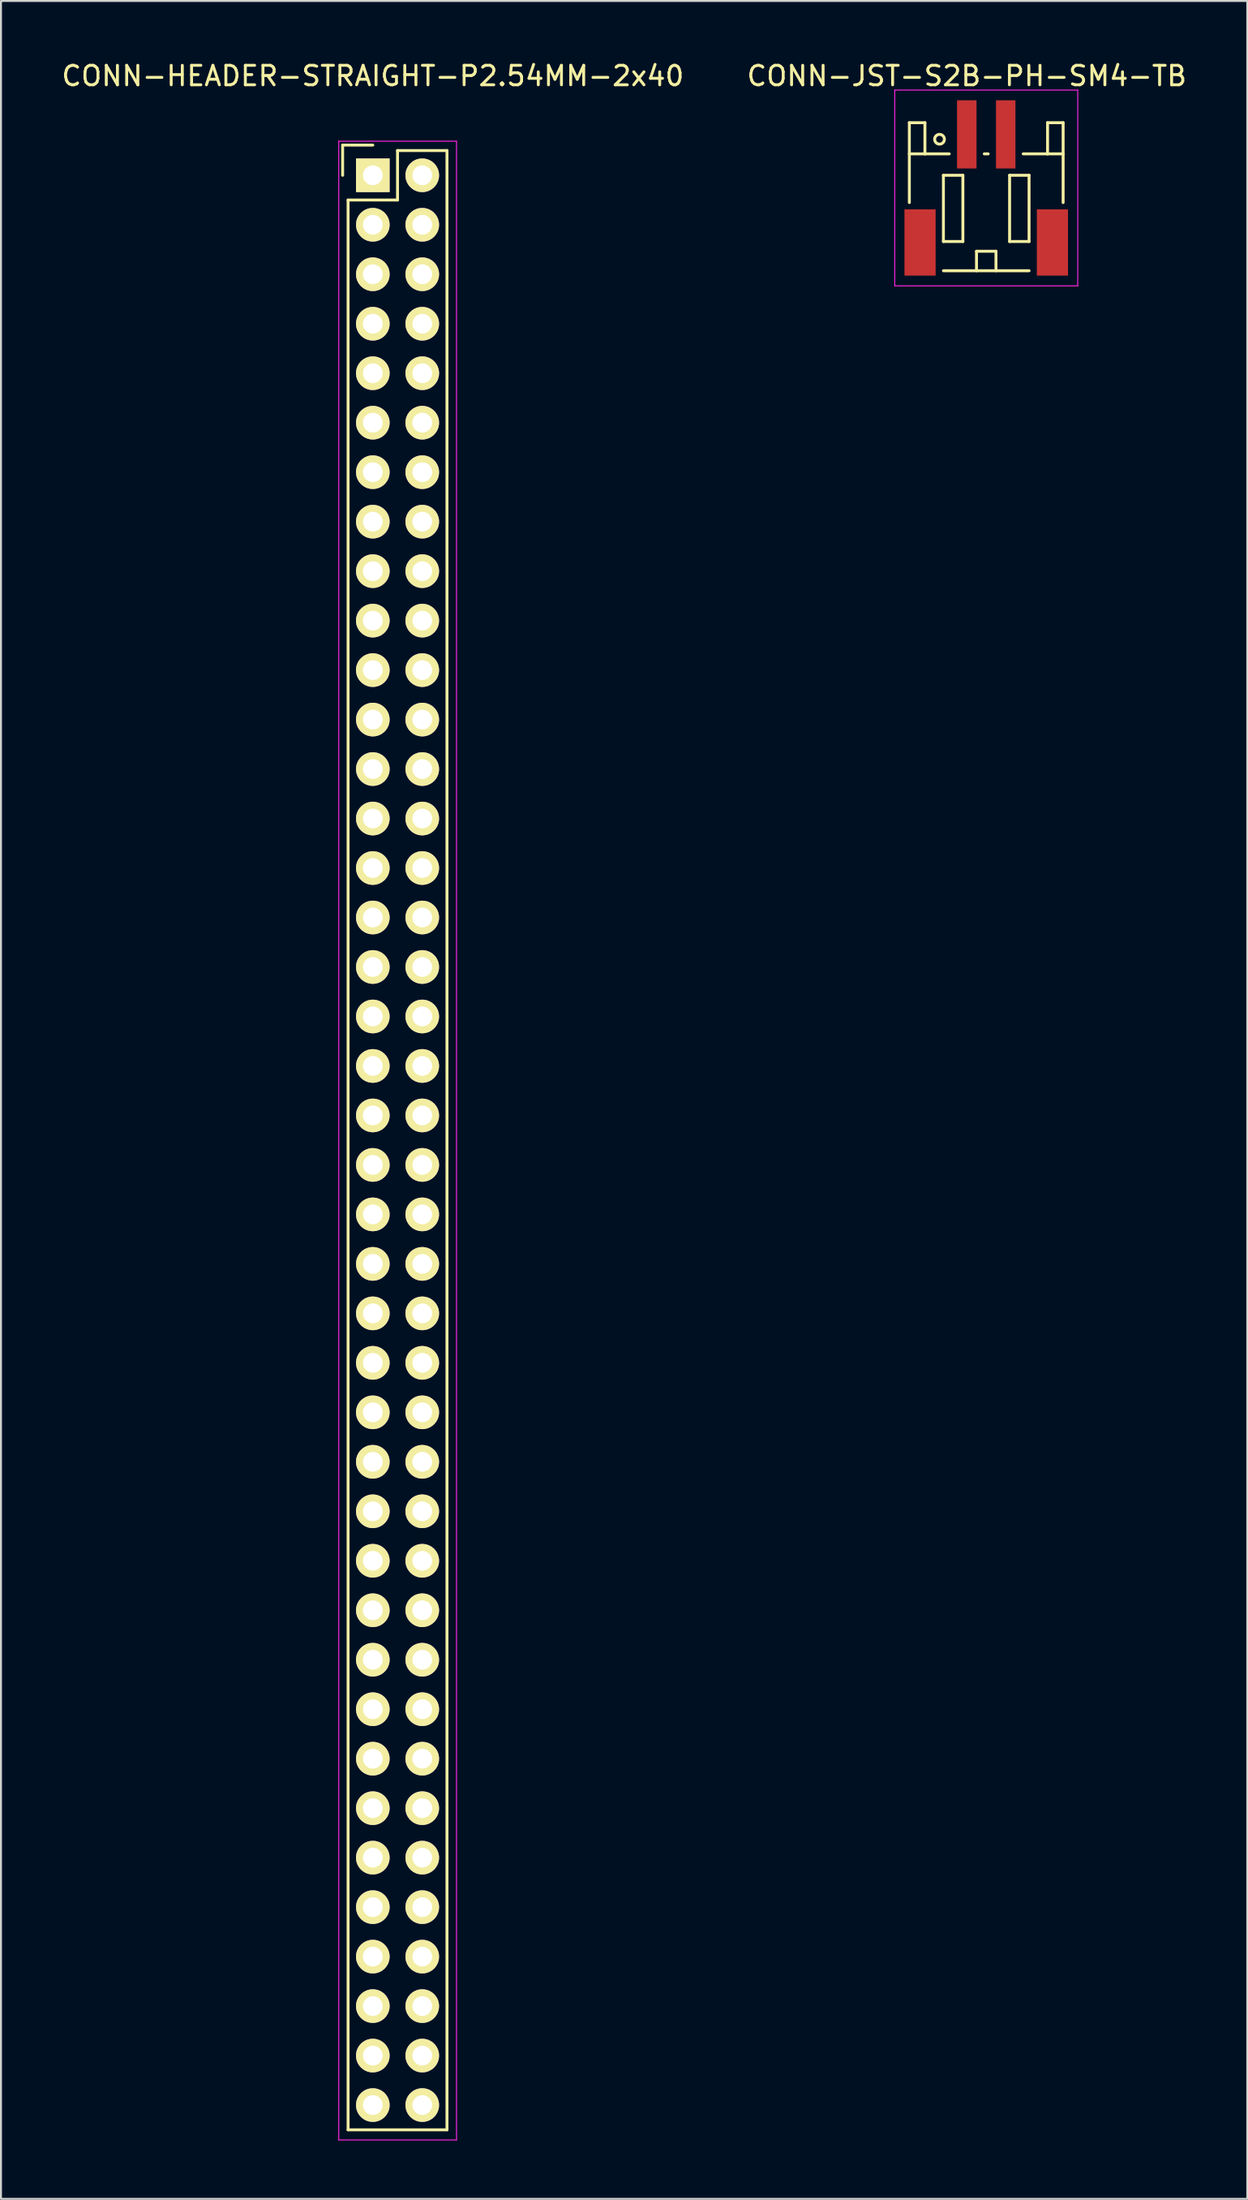
<source format=kicad_pcb>
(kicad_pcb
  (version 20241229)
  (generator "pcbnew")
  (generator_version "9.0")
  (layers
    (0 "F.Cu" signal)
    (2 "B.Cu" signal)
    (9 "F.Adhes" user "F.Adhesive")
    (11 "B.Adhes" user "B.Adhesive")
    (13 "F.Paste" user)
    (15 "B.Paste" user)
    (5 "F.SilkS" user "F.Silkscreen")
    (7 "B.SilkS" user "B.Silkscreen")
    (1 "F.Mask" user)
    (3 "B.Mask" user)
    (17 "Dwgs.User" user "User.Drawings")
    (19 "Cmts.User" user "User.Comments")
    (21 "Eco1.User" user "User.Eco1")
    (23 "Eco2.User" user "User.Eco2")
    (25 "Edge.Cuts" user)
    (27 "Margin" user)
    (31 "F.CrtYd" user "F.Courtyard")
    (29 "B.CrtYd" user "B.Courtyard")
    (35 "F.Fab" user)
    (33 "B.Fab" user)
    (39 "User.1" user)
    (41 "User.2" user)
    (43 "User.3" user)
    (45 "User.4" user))
  (footprint "CONN-JST-S2B-PH-SM4-TB"
    (layer "F.Cu")
    (at 47.613 6.623)
    (property "Reference" "CONN-JST-S2B-PH-SM4-TB" (at -1 -5.775 0) (layer "F.SilkS") (effects (font (size 1 1) (thickness 0.15))))
    (attr smd)
    (fp_line (start -3.95 -3.375) (end -3.95 0.725) (stroke (width 0.15) (type solid)) (layer "F.SilkS"))
    (fp_line (start -3.15 -3.375) (end -3.95 -3.375) (stroke (width 0.15) (type solid)) (layer "F.SilkS"))
    (fp_line (start -3.15 -1.775) (end -3.95 -1.775) (stroke (width 0.15) (type solid)) (layer "F.SilkS"))
    (fp_line (start -3.15 -1.775) (end -3.15 -3.375) (stroke (width 0.15) (type solid)) (layer "F.SilkS"))
    (fp_line (start -2.2 -0.675) (end -2.2 2.725) (stroke (width 0.15) (type solid)) (layer "F.SilkS"))
    (fp_line (start -2.2 2.725) (end -1.2 2.725) (stroke (width 0.15) (type solid)) (layer "F.SilkS"))
    (fp_line (start -2.2 4.225) (end 2.2 4.225) (stroke (width 0.15) (type solid)) (layer "F.SilkS"))
    (fp_line (start -1.9 -1.775) (end -3.15 -1.775) (stroke (width 0.15) (type solid)) (layer "F.SilkS"))
    (fp_line (start -1.2 -0.675) (end -2.2 -0.675) (stroke (width 0.15) (type solid)) (layer "F.SilkS"))
    (fp_line (start -1.2 2.725) (end -1.2 -0.675) (stroke (width 0.15) (type solid)) (layer "F.SilkS"))
    (fp_line (start -0.5 3.225) (end 0.5 3.225) (stroke (width 0.15) (type solid)) (layer "F.SilkS"))
    (fp_line (start -0.5 4.225) (end -0.5 3.225) (stroke (width 0.15) (type solid)) (layer "F.SilkS"))
    (fp_line (start -0.1 -1.775) (end 0.1 -1.775) (stroke (width 0.15) (type solid)) (layer "F.SilkS"))
    (fp_line (start 0.5 3.225) (end 0.5 4.225) (stroke (width 0.15) (type solid)) (layer "F.SilkS"))
    (fp_line (start 1.2 -0.675) (end 2.2 -0.675) (stroke (width 0.15) (type solid)) (layer "F.SilkS"))
    (fp_line (start 1.2 2.725) (end 1.2 -0.675) (stroke (width 0.15) (type solid)) (layer "F.SilkS"))
    (fp_line (start 1.9 -1.775) (end 3.15 -1.775) (stroke (width 0.15) (type solid)) (layer "F.SilkS"))
    (fp_line (start 2.2 -0.675) (end 2.2 2.725) (stroke (width 0.15) (type solid)) (layer "F.SilkS"))
    (fp_line (start 2.2 2.725) (end 1.2 2.725) (stroke (width 0.15) (type solid)) (layer "F.SilkS"))
    (fp_line (start 3.15 -3.375) (end 3.95 -3.375) (stroke (width 0.15) (type solid)) (layer "F.SilkS"))
    (fp_line (start 3.15 -1.775) (end 3.15 -3.375) (stroke (width 0.15) (type solid)) (layer "F.SilkS"))
    (fp_line (start 3.15 -1.775) (end 3.95 -1.775) (stroke (width 0.15) (type solid)) (layer "F.SilkS"))
    (fp_line (start 3.95 -3.375) (end 3.95 0.725) (stroke (width 0.15) (type solid)) (layer "F.SilkS"))
    (fp_circle (center -2.4 -2.525) (end -2.15 -2.525) (stroke (width 0.15) (type solid)) (fill no) (layer "F.SilkS"))
    (fp_line (start -4.7 -5.05) (end 4.7 -5.05) (stroke (width 0.05) (type solid)) (layer "F.CrtYd"))
    (fp_line (start -4.7 5) (end -4.7 -5.05) (stroke (width 0.05) (type solid)) (layer "F.CrtYd"))
    (fp_line (start 4.7 -5.05) (end 4.7 5) (stroke (width 0.05) (type solid)) (layer "F.CrtYd"))
    (fp_line (start 4.7 5) (end -4.7 5) (stroke (width 0.05) (type solid)) (layer "F.CrtYd"))
    (pad "" smd rect (at -3.4 2.775) (size 1.6 3.4) (layers "F.Cu" "F.Mask" "F.Paste"))
    (pad "" smd rect (at 3.4 2.775) (size 1.6 3.4) (layers "F.Cu" "F.Mask" "F.Paste"))
    (pad "1" smd rect (at -1 -2.775) (size 1 3.5) (layers "F.Cu" "F.Mask" "F.Paste"))
    (pad "2" smd rect (at 1 -2.775) (size 1 3.5) (layers "F.Cu" "F.Mask" "F.Paste")))
  (footprint "CONN-HEADER-STRAIGHT-P2.54MM-2x40"
    (layer "F.Cu")
    (at 16.101 5.948)
    (property "Reference" "CONN-HEADER-STRAIGHT-P2.54MM-2x40" (at 0 -5.1 0) (layer "F.SilkS") (effects (font (size 1 1) (thickness 0.15))))
    (attr through_hole)
    (fp_line (start -1.55 -1.55) (end -1.55 0) (stroke (width 0.15) (type solid)) (layer "F.SilkS"))
    (fp_line (start -1.27 100.33) (end -1.27 1.27) (stroke (width 0.15) (type solid)) (layer "F.SilkS"))
    (fp_line (start 0 -1.55) (end -1.55 -1.55) (stroke (width 0.15) (type solid)) (layer "F.SilkS"))
    (fp_line (start 1.27 -1.27) (end 1.27 1.27) (stroke (width 0.15) (type solid)) (layer "F.SilkS"))
    (fp_line (start 1.27 1.27) (end -1.27 1.27) (stroke (width 0.15) (type solid)) (layer "F.SilkS"))
    (fp_line (start 3.81 -1.27) (end 1.27 -1.27) (stroke (width 0.15) (type solid)) (layer "F.SilkS"))
    (fp_line (start 3.81 -1.27) (end 3.81 100.33) (stroke (width 0.15) (type solid)) (layer "F.SilkS"))
    (fp_line (start 3.81 100.33) (end -1.27 100.33) (stroke (width 0.15) (type solid)) (layer "F.SilkS"))
    (fp_line (start -1.75 -1.75) (end -1.75 100.85) (stroke (width 0.05) (type solid)) (layer "F.CrtYd"))
    (fp_line (start -1.75 -1.75) (end 4.3 -1.75) (stroke (width 0.05) (type solid)) (layer "F.CrtYd"))
    (fp_line (start -1.75 100.85) (end 4.3 100.85) (stroke (width 0.05) (type solid)) (layer "F.CrtYd"))
    (fp_line (start 4.3 -1.75) (end 4.3 100.85) (stroke (width 0.05) (type solid)) (layer "F.CrtYd"))
    (pad "1" thru_hole rect (at 0 0) (size 1.727 1.727) (drill 1.016) (layers "*.Cu" "*.Mask" "F.SilkS"))
    (pad "2" thru_hole oval (at 2.54 0) (size 1.727 1.727) (drill 1.016) (layers "*.Cu" "*.Mask" "F.SilkS"))
    (pad "3" thru_hole oval (at 0 2.54) (size 1.727 1.727) (drill 1.016) (layers "*.Cu" "*.Mask" "F.SilkS"))
    (pad "4" thru_hole oval (at 2.54 2.54) (size 1.727 1.727) (drill 1.016) (layers "*.Cu" "*.Mask" "F.SilkS"))
    (pad "5" thru_hole oval (at 0 5.08) (size 1.727 1.727) (drill 1.016) (layers "*.Cu" "*.Mask" "F.SilkS"))
    (pad "6" thru_hole oval (at 2.54 5.08) (size 1.727 1.727) (drill 1.016) (layers "*.Cu" "*.Mask" "F.SilkS"))
    (pad "7" thru_hole oval (at 0 7.62) (size 1.727 1.727) (drill 1.016) (layers "*.Cu" "*.Mask" "F.SilkS"))
    (pad "8" thru_hole oval (at 2.54 7.62) (size 1.727 1.727) (drill 1.016) (layers "*.Cu" "*.Mask" "F.SilkS"))
    (pad "9" thru_hole oval (at 0 10.16) (size 1.727 1.727) (drill 1.016) (layers "*.Cu" "*.Mask" "F.SilkS"))
    (pad "10" thru_hole oval (at 2.54 10.16) (size 1.727 1.727) (drill 1.016) (layers "*.Cu" "*.Mask" "F.SilkS"))
    (pad "11" thru_hole oval (at 0 12.7) (size 1.727 1.727) (drill 1.016) (layers "*.Cu" "*.Mask" "F.SilkS"))
    (pad "12" thru_hole oval (at 2.54 12.7) (size 1.727 1.727) (drill 1.016) (layers "*.Cu" "*.Mask" "F.SilkS"))
    (pad "13" thru_hole oval (at 0 15.24) (size 1.727 1.727) (drill 1.016) (layers "*.Cu" "*.Mask" "F.SilkS"))
    (pad "14" thru_hole oval (at 2.54 15.24) (size 1.727 1.727) (drill 1.016) (layers "*.Cu" "*.Mask" "F.SilkS"))
    (pad "15" thru_hole oval (at 0 17.78) (size 1.727 1.727) (drill 1.016) (layers "*.Cu" "*.Mask" "F.SilkS"))
    (pad "16" thru_hole oval (at 2.54 17.78) (size 1.727 1.727) (drill 1.016) (layers "*.Cu" "*.Mask" "F.SilkS"))
    (pad "17" thru_hole oval (at 0 20.32) (size 1.727 1.727) (drill 1.016) (layers "*.Cu" "*.Mask" "F.SilkS"))
    (pad "18" thru_hole oval (at 2.54 20.32) (size 1.727 1.727) (drill 1.016) (layers "*.Cu" "*.Mask" "F.SilkS"))
    (pad "19" thru_hole oval (at 0 22.86) (size 1.727 1.727) (drill 1.016) (layers "*.Cu" "*.Mask" "F.SilkS"))
    (pad "20" thru_hole oval (at 2.54 22.86) (size 1.727 1.727) (drill 1.016) (layers "*.Cu" "*.Mask" "F.SilkS"))
    (pad "21" thru_hole oval (at 0 25.4) (size 1.727 1.727) (drill 1.016) (layers "*.Cu" "*.Mask" "F.SilkS"))
    (pad "22" thru_hole oval (at 2.54 25.4) (size 1.727 1.727) (drill 1.016) (layers "*.Cu" "*.Mask" "F.SilkS"))
    (pad "23" thru_hole oval (at 0 27.94) (size 1.727 1.727) (drill 1.016) (layers "*.Cu" "*.Mask" "F.SilkS"))
    (pad "24" thru_hole oval (at 2.54 27.94) (size 1.727 1.727) (drill 1.016) (layers "*.Cu" "*.Mask" "F.SilkS"))
    (pad "25" thru_hole oval (at 0 30.48) (size 1.727 1.727) (drill 1.016) (layers "*.Cu" "*.Mask" "F.SilkS"))
    (pad "26" thru_hole oval (at 2.54 30.48) (size 1.727 1.727) (drill 1.016) (layers "*.Cu" "*.Mask" "F.SilkS"))
    (pad "27" thru_hole oval (at 0 33.02) (size 1.727 1.727) (drill 1.016) (layers "*.Cu" "*.Mask" "F.SilkS"))
    (pad "28" thru_hole oval (at 2.54 33.02) (size 1.727 1.727) (drill 1.016) (layers "*.Cu" "*.Mask" "F.SilkS"))
    (pad "29" thru_hole oval (at 0 35.56) (size 1.727 1.727) (drill 1.016) (layers "*.Cu" "*.Mask" "F.SilkS"))
    (pad "30" thru_hole oval (at 2.54 35.56) (size 1.727 1.727) (drill 1.016) (layers "*.Cu" "*.Mask" "F.SilkS"))
    (pad "31" thru_hole oval (at 0 38.1) (size 1.727 1.727) (drill 1.016) (layers "*.Cu" "*.Mask" "F.SilkS"))
    (pad "32" thru_hole oval (at 2.54 38.1) (size 1.727 1.727) (drill 1.016) (layers "*.Cu" "*.Mask" "F.SilkS"))
    (pad "33" thru_hole oval (at 0 40.64) (size 1.727 1.727) (drill 1.016) (layers "*.Cu" "*.Mask" "F.SilkS"))
    (pad "34" thru_hole oval (at 2.54 40.64) (size 1.727 1.727) (drill 1.016) (layers "*.Cu" "*.Mask" "F.SilkS"))
    (pad "35" thru_hole oval (at 0 43.18) (size 1.727 1.727) (drill 1.016) (layers "*.Cu" "*.Mask" "F.SilkS"))
    (pad "36" thru_hole oval (at 2.54 43.18) (size 1.727 1.727) (drill 1.016) (layers "*.Cu" "*.Mask" "F.SilkS"))
    (pad "37" thru_hole oval (at 0 45.72) (size 1.727 1.727) (drill 1.016) (layers "*.Cu" "*.Mask" "F.SilkS"))
    (pad "38" thru_hole oval (at 2.54 45.72) (size 1.727 1.727) (drill 1.016) (layers "*.Cu" "*.Mask" "F.SilkS"))
    (pad "39" thru_hole oval (at 0 48.26) (size 1.727 1.727) (drill 1.016) (layers "*.Cu" "*.Mask" "F.SilkS"))
    (pad "40" thru_hole oval (at 2.54 48.26) (size 1.727 1.727) (drill 1.016) (layers "*.Cu" "*.Mask" "F.SilkS"))
    (pad "41" thru_hole oval (at 0 50.8) (size 1.727 1.727) (drill 1.016) (layers "*.Cu" "*.Mask" "F.SilkS"))
    (pad "42" thru_hole oval (at 2.54 50.8) (size 1.727 1.727) (drill 1.016) (layers "*.Cu" "*.Mask" "F.SilkS"))
    (pad "43" thru_hole oval (at 0 53.34) (size 1.727 1.727) (drill 1.016) (layers "*.Cu" "*.Mask" "F.SilkS"))
    (pad "44" thru_hole oval (at 2.54 53.34) (size 1.727 1.727) (drill 1.016) (layers "*.Cu" "*.Mask" "F.SilkS"))
    (pad "45" thru_hole oval (at 0 55.88) (size 1.727 1.727) (drill 1.016) (layers "*.Cu" "*.Mask" "F.SilkS"))
    (pad "46" thru_hole oval (at 2.54 55.88) (size 1.727 1.727) (drill 1.016) (layers "*.Cu" "*.Mask" "F.SilkS"))
    (pad "47" thru_hole oval (at 0 58.42) (size 1.727 1.727) (drill 1.016) (layers "*.Cu" "*.Mask" "F.SilkS"))
    (pad "48" thru_hole oval (at 2.54 58.42) (size 1.727 1.727) (drill 1.016) (layers "*.Cu" "*.Mask" "F.SilkS"))
    (pad "49" thru_hole oval (at 0 60.96) (size 1.727 1.727) (drill 1.016) (layers "*.Cu" "*.Mask" "F.SilkS"))
    (pad "50" thru_hole oval (at 2.54 60.96) (size 1.727 1.727) (drill 1.016) (layers "*.Cu" "*.Mask" "F.SilkS"))
    (pad "51" thru_hole oval (at 0 63.5) (size 1.727 1.727) (drill 1.016) (layers "*.Cu" "*.Mask" "F.SilkS"))
    (pad "52" thru_hole oval (at 2.54 63.5) (size 1.727 1.727) (drill 1.016) (layers "*.Cu" "*.Mask" "F.SilkS"))
    (pad "53" thru_hole oval (at 0 66.04) (size 1.727 1.727) (drill 1.016) (layers "*.Cu" "*.Mask" "F.SilkS"))
    (pad "54" thru_hole oval (at 2.54 66.04) (size 1.727 1.727) (drill 1.016) (layers "*.Cu" "*.Mask" "F.SilkS"))
    (pad "55" thru_hole oval (at 0 68.58) (size 1.727 1.727) (drill 1.016) (layers "*.Cu" "*.Mask" "F.SilkS"))
    (pad "56" thru_hole oval (at 2.54 68.58) (size 1.727 1.727) (drill 1.016) (layers "*.Cu" "*.Mask" "F.SilkS"))
    (pad "57" thru_hole oval (at 0 71.12) (size 1.727 1.727) (drill 1.016) (layers "*.Cu" "*.Mask" "F.SilkS"))
    (pad "58" thru_hole oval (at 2.54 71.12) (size 1.727 1.727) (drill 1.016) (layers "*.Cu" "*.Mask" "F.SilkS"))
    (pad "59" thru_hole oval (at 0 73.66) (size 1.727 1.727) (drill 1.016) (layers "*.Cu" "*.Mask" "F.SilkS"))
    (pad "60" thru_hole oval (at 2.54 73.66) (size 1.727 1.727) (drill 1.016) (layers "*.Cu" "*.Mask" "F.SilkS"))
    (pad "61" thru_hole oval (at 0 76.2) (size 1.727 1.727) (drill 1.016) (layers "*.Cu" "*.Mask" "F.SilkS"))
    (pad "62" thru_hole oval (at 2.54 76.2) (size 1.727 1.727) (drill 1.016) (layers "*.Cu" "*.Mask" "F.SilkS"))
    (pad "63" thru_hole oval (at 0 78.74) (size 1.727 1.727) (drill 1.016) (layers "*.Cu" "*.Mask" "F.SilkS"))
    (pad "64" thru_hole oval (at 2.54 78.74) (size 1.727 1.727) (drill 1.016) (layers "*.Cu" "*.Mask" "F.SilkS"))
    (pad "65" thru_hole oval (at 0 81.28) (size 1.727 1.727) (drill 1.016) (layers "*.Cu" "*.Mask" "F.SilkS"))
    (pad "66" thru_hole oval (at 2.54 81.28) (size 1.727 1.727) (drill 1.016) (layers "*.Cu" "*.Mask" "F.SilkS"))
    (pad "67" thru_hole oval (at 0 83.82) (size 1.727 1.727) (drill 1.016) (layers "*.Cu" "*.Mask" "F.SilkS"))
    (pad "68" thru_hole oval (at 2.54 83.82) (size 1.727 1.727) (drill 1.016) (layers "*.Cu" "*.Mask" "F.SilkS"))
    (pad "69" thru_hole oval (at 0 86.36) (size 1.727 1.727) (drill 1.016) (layers "*.Cu" "*.Mask" "F.SilkS"))
    (pad "70" thru_hole oval (at 2.54 86.36) (size 1.727 1.727) (drill 1.016) (layers "*.Cu" "*.Mask" "F.SilkS"))
    (pad "71" thru_hole oval (at 0 88.9) (size 1.727 1.727) (drill 1.016) (layers "*.Cu" "*.Mask" "F.SilkS"))
    (pad "72" thru_hole oval (at 2.54 88.9) (size 1.727 1.727) (drill 1.016) (layers "*.Cu" "*.Mask" "F.SilkS"))
    (pad "73" thru_hole oval (at 0 91.44) (size 1.727 1.727) (drill 1.016) (layers "*.Cu" "*.Mask" "F.SilkS"))
    (pad "74" thru_hole oval (at 2.54 91.44) (size 1.727 1.727) (drill 1.016) (layers "*.Cu" "*.Mask" "F.SilkS"))
    (pad "75" thru_hole oval (at 0 93.98) (size 1.727 1.727) (drill 1.016) (layers "*.Cu" "*.Mask" "F.SilkS"))
    (pad "76" thru_hole oval (at 2.54 93.98) (size 1.727 1.727) (drill 1.016) (layers "*.Cu" "*.Mask" "F.SilkS"))
    (pad "77" thru_hole oval (at 0 96.52) (size 1.727 1.727) (drill 1.016) (layers "*.Cu" "*.Mask" "F.SilkS"))
    (pad "78" thru_hole oval (at 2.54 96.52) (size 1.727 1.727) (drill 1.016) (layers "*.Cu" "*.Mask" "F.SilkS"))
    (pad "79" thru_hole oval (at 0 99.06) (size 1.727 1.727) (drill 1.016) (layers "*.Cu" "*.Mask" "F.SilkS"))
    (pad "80" thru_hole oval (at 2.54 99.06) (size 1.727 1.727) (drill 1.016) (layers "*.Cu" "*.Mask" "F.SilkS")))
  (gr_rect
    (start -3 -3)
    (end 61.024 109.823)
    (stroke (width 0.1) (type default))
    (fill no)
    (layer "Edge.Cuts")))
</source>
